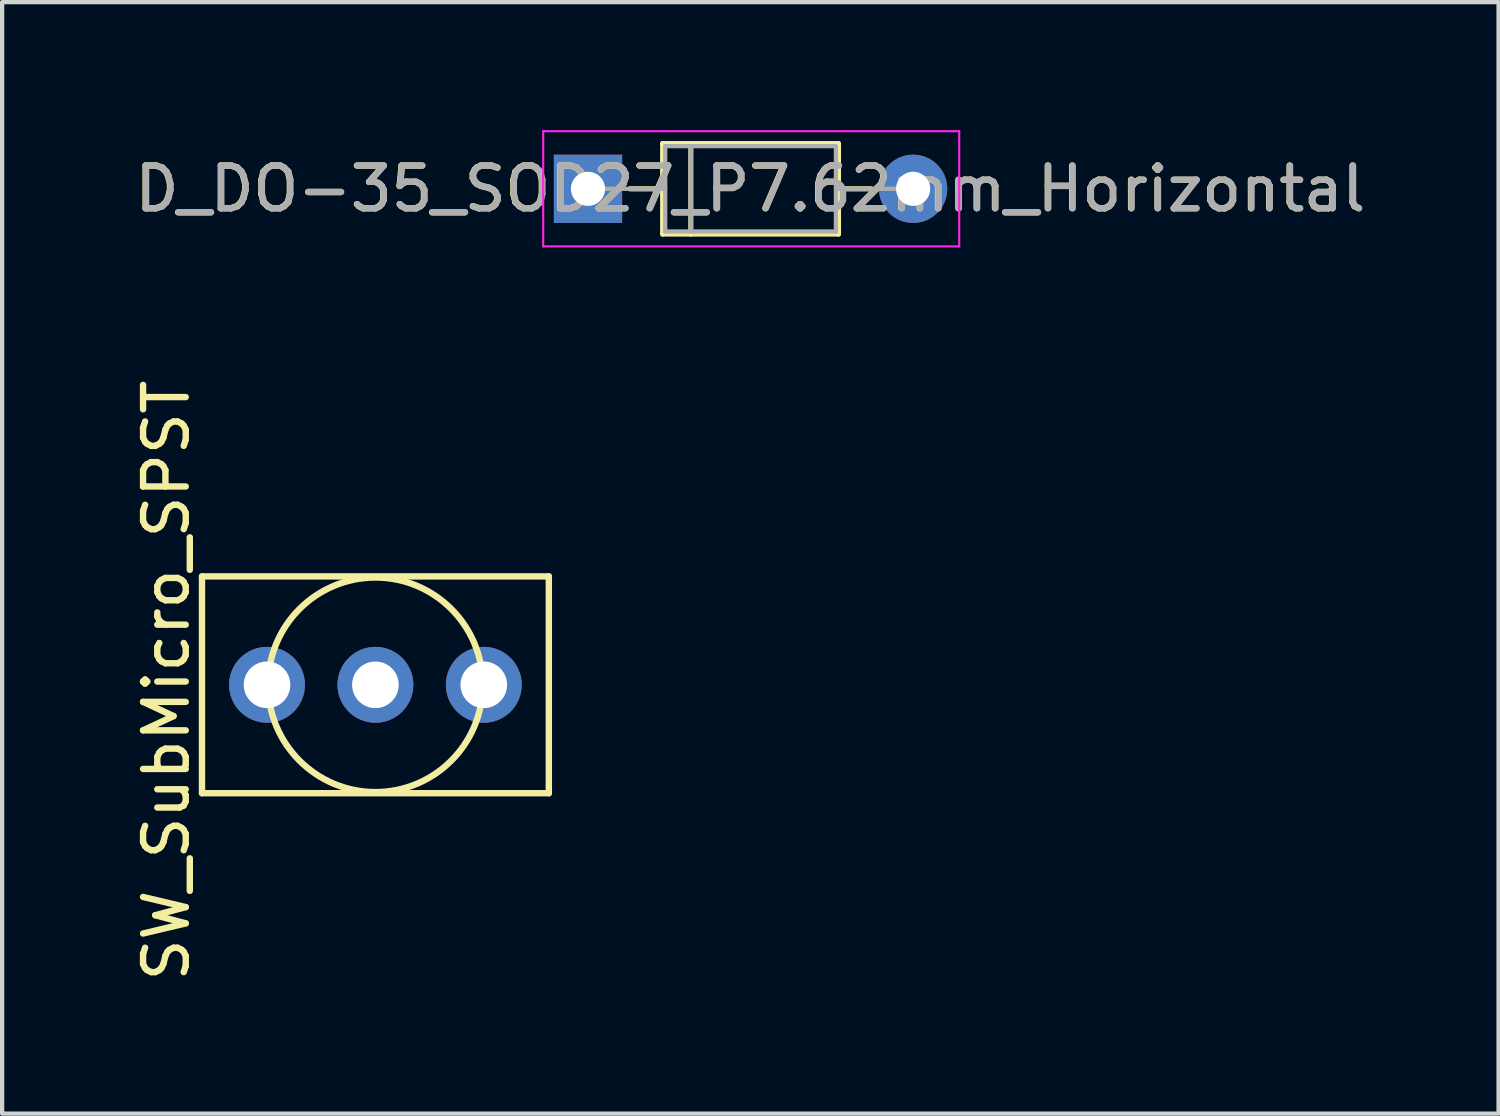
<source format=kicad_pcb>
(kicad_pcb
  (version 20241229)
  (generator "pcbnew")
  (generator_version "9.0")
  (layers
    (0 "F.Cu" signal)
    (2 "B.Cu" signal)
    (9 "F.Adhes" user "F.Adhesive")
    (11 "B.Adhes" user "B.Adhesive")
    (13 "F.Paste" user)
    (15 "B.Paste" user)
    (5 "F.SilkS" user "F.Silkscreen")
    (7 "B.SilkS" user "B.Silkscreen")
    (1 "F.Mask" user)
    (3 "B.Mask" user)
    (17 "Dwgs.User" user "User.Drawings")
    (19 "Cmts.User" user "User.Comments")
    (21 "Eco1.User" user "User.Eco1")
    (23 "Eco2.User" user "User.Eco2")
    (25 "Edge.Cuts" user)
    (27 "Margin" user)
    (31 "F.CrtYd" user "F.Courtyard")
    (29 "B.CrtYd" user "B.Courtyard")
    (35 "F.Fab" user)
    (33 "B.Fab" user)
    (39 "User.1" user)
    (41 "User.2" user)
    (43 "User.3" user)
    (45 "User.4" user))
  (footprint "D_DO-35_SOD27_P7.62mm_Horizontal"
    (layer "F.Cu")
    (at 10.73 1.375)
    (property "Reference" "D_DO-35_SOD27_P7.62mm_Horizontal" (at 3.8 0 0) (layer "F.SilkS") (effects (font (size 1 1) (thickness 0.15))))
    (attr through_hole)
    (fp_line (start 0.98 0) (end 1.75 0) (stroke (width 0.12) (type solid)) (layer "F.SilkS"))
    (fp_line (start 1.75 -1.06) (end 1.75 1.06) (stroke (width 0.12) (type solid)) (layer "F.SilkS"))
    (fp_line (start 1.75 1.06) (end 5.87 1.06) (stroke (width 0.12) (type solid)) (layer "F.SilkS"))
    (fp_line (start 2.41 -1.06) (end 2.41 1.06) (stroke (width 0.12) (type solid)) (layer "F.SilkS"))
    (fp_line (start 5.87 -1.06) (end 1.75 -1.06) (stroke (width 0.12) (type solid)) (layer "F.SilkS"))
    (fp_line (start 5.87 1.06) (end 5.87 -1.06) (stroke (width 0.12) (type solid)) (layer "F.SilkS"))
    (fp_line (start 6.64 0) (end 5.87 0) (stroke (width 0.12) (type solid)) (layer "F.SilkS"))
    (fp_line (start -1.05 -1.35) (end -1.05 1.35) (stroke (width 0.05) (type solid)) (layer "F.CrtYd"))
    (fp_line (start -1.05 1.35) (end 8.7 1.35) (stroke (width 0.05) (type solid)) (layer "F.CrtYd"))
    (fp_line (start 8.7 -1.35) (end -1.05 -1.35) (stroke (width 0.05) (type solid)) (layer "F.CrtYd"))
    (fp_line (start 8.7 1.35) (end 8.7 -1.35) (stroke (width 0.05) (type solid)) (layer "F.CrtYd"))
    (fp_line (start 0 0) (end 1.81 0) (stroke (width 0.1) (type solid)) (layer "F.Fab"))
    (fp_line (start 1.81 -1) (end 1.81 1) (stroke (width 0.1) (type solid)) (layer "F.Fab"))
    (fp_line (start 1.81 1) (end 5.81 1) (stroke (width 0.1) (type solid)) (layer "F.Fab"))
    (fp_line (start 2.41 -1) (end 2.41 1) (stroke (width 0.1) (type solid)) (layer "F.Fab"))
    (fp_line (start 5.81 -1) (end 1.81 -1) (stroke (width 0.1) (type solid)) (layer "F.Fab"))
    (fp_line (start 5.81 1) (end 5.81 -1) (stroke (width 0.1) (type solid)) (layer "F.Fab"))
    (fp_line (start 7.62 0) (end 5.81 0) (stroke (width 0.1) (type solid)) (layer "F.Fab"))
    (fp_text user "${REFERENCE}" (at 3.81 0 0) (layer "F.Fab") (effects (font (size 1 1) (thickness 0.15))))
    (pad "1" thru_hole rect (at 0 0) (size 1.6 1.6) (drill 0.8) (layers "*.Cu" "*.Mask"))
    (pad "2" thru_hole oval (at 7.62 0) (size 1.6 1.6) (drill 0.8) (layers "*.Cu" "*.Mask")))
  (footprint "SW_SubMicro_SPST"
    (layer "F.Cu")
    (at 5.748 12.999)
    (property "Reference" "SW_SubMicro_SPST" (at -4.9 -0.1 90) (layer "F.SilkS") (effects (font (size 1 1) (thickness 0.15))))
    (attr through_hole)
    (fp_line (start -4.064 -2.54) (end 4.064 -2.54) (stroke (width 0.15) (type solid)) (layer "F.SilkS"))
    (fp_line (start -4.064 2.54) (end -4.064 -2.54) (stroke (width 0.15) (type solid)) (layer "F.SilkS"))
    (fp_line (start 4.064 -2.54) (end 4.064 2.54) (stroke (width 0.15) (type solid)) (layer "F.SilkS"))
    (fp_line (start 4.064 2.54) (end -4.064 2.54) (stroke (width 0.15) (type solid)) (layer "F.SilkS"))
    (fp_circle (center 0 0) (end 1.778 1.778) (stroke (width 0.15) (type solid)) (fill no) (layer "F.SilkS"))
    (pad "1" thru_hole circle (at -2.54 0) (size 1.778 1.778) (drill 1.092) (layers "*.Cu" "*.Mask"))
    (pad "2" thru_hole circle (at 0 0) (size 1.778 1.778) (drill 1.092) (layers "*.Cu" "*.Mask"))
    (pad "3" thru_hole circle (at 2.54 0) (size 1.778 1.778) (drill 1.092) (layers "*.Cu" "*.Mask")))
  (gr_rect
    (start -3 -3)
    (end 32.07 23.048)
    (stroke (width 0.1) (type default))
    (fill no)
    (layer "Edge.Cuts")))
</source>
